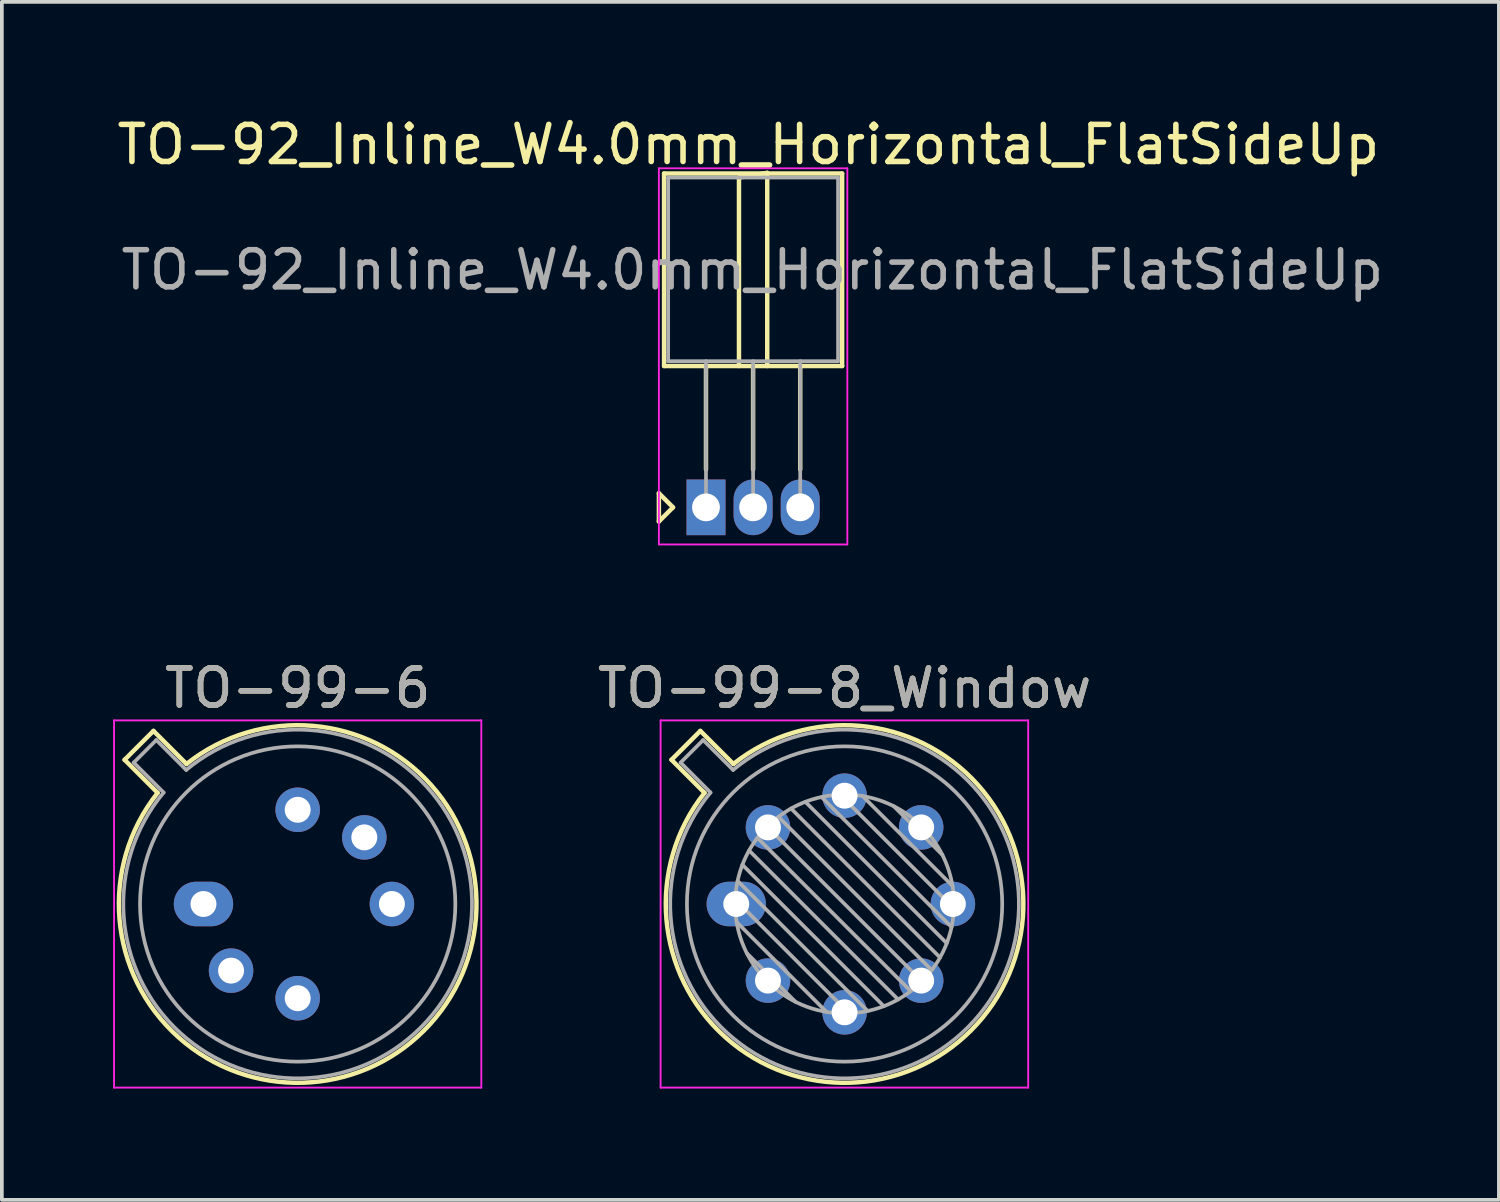
<source format=kicad_pcb>
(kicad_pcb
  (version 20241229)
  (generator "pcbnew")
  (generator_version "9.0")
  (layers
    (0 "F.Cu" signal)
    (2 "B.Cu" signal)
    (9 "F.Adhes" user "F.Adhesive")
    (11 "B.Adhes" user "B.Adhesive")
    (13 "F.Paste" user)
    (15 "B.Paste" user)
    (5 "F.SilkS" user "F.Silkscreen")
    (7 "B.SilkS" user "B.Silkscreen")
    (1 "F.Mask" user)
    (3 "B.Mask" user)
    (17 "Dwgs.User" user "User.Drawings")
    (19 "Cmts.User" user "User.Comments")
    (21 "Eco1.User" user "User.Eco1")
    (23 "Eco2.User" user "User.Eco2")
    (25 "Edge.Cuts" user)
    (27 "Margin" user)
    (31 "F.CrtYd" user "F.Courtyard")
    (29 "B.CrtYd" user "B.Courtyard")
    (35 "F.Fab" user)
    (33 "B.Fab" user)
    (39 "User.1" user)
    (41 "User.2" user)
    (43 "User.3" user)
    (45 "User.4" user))
  (footprint "TO-92_Inline_W4.0mm_Horizontal_FlatSideUp"
    (layer "F.Cu")
    (at 15.982 10.627)
    (property "Reference" "TO-92_Inline_W4.0mm_Horizontal_FlatSideUp" (at 1.143 -9.779 0) (layer "F.SilkS") (effects (font (size 1 1) (thickness 0.15))))
    (attr through_hole)
    (fp_line (start -1.27 -0.381) (end -1.27 0.381) (stroke (width 0.12) (type solid)) (layer "F.SilkS"))
    (fp_line (start -1.27 0.381) (end -0.889 0) (stroke (width 0.12) (type solid)) (layer "F.SilkS"))
    (fp_line (start -1.13 -9) (end -1.13 -3.81) (stroke (width 0.12) (type solid)) (layer "F.SilkS"))
    (fp_line (start -1.13 -3.81) (end 3.67 -3.81) (stroke (width 0.12) (type solid)) (layer "F.SilkS"))
    (fp_line (start -0.889 0) (end -1.27 -0.381) (stroke (width 0.12) (type solid)) (layer "F.SilkS"))
    (fp_line (start 0 -1.02) (end 0 -3.81) (stroke (width 0.12) (type solid)) (layer "F.SilkS"))
    (fp_line (start 0.889 -8.89) (end 1.651 -9.017) (stroke (width 0.12) (type solid)) (layer "F.SilkS"))
    (fp_line (start 0.889 -3.81) (end 0.889 -8.89) (stroke (width 0.12) (type solid)) (layer "F.SilkS"))
    (fp_line (start 1.27 -1.02) (end 1.27 -3.81) (stroke (width 0.12) (type solid)) (layer "F.SilkS"))
    (fp_line (start 1.651 -9.017) (end 1.651 -3.81) (stroke (width 0.12) (type solid)) (layer "F.SilkS"))
    (fp_line (start 2.54 -1.02) (end 2.54 -3.81) (stroke (width 0.12) (type solid)) (layer "F.SilkS"))
    (fp_line (start 3.67 -9) (end -1.13 -9) (stroke (width 0.12) (type solid)) (layer "F.SilkS"))
    (fp_line (start 3.67 -3.81) (end 3.67 -9) (stroke (width 0.12) (type solid)) (layer "F.SilkS"))
    (fp_line (start -1.27 -9.14) (end -1.27 1) (stroke (width 0.05) (type solid)) (layer "F.CrtYd"))
    (fp_line (start -1.27 -9.14) (end 3.81 -9.14) (stroke (width 0.05) (type solid)) (layer "F.CrtYd"))
    (fp_line (start 3.81 1) (end -1.27 1) (stroke (width 0.05) (type solid)) (layer "F.CrtYd"))
    (fp_line (start 3.81 1) (end 3.81 -9.14) (stroke (width 0.05) (type solid)) (layer "F.CrtYd"))
    (fp_line (start -1.02 -8.89) (end -1.02 -3.94) (stroke (width 0.1) (type solid)) (layer "F.Fab"))
    (fp_line (start -1.02 -3.94) (end 3.56 -3.94) (stroke (width 0.1) (type solid)) (layer "F.Fab"))
    (fp_line (start 0 -3.94) (end 0 0) (stroke (width 0.1) (type solid)) (layer "F.Fab"))
    (fp_line (start 1.27 -3.94) (end 1.27 0) (stroke (width 0.1) (type solid)) (layer "F.Fab"))
    (fp_line (start 2.54 -3.94) (end 2.54 0) (stroke (width 0.1) (type solid)) (layer "F.Fab"))
    (fp_line (start 3.56 -8.89) (end -1.02 -8.89) (stroke (width 0.1) (type solid)) (layer "F.Fab"))
    (fp_line (start 3.56 -3.94) (end 3.56 -8.89) (stroke (width 0.1) (type solid)) (layer "F.Fab"))
    (fp_text user "${REFERENCE}" (at 1.25 -6.4 0) (layer "F.Fab") (effects (font (size 1 1) (thickness 0.15))))
    (pad "1" thru_hole rect (at 0 0) (size 1.05 1.5) (drill 0.75) (layers "*.Cu" "*.Mask"))
    (pad "2" thru_hole oval (at 1.27 0) (size 1.05 1.5) (drill 0.75) (layers "*.Cu" "*.Mask"))
    (pad "3" thru_hole oval (at 2.54 0) (size 1.05 1.5) (drill 0.75) (layers "*.Cu" "*.Mask")))
  (footprint "TO-99-8_Window"
    (layer "F.Cu")
    (at 16.798 21.32)
    (property "Reference" "TO-99-8_Window" (at 2.92 -5.82 0) (layer "F.SilkS") (effects (font (size 1 1) (thickness 0.15))))
    (attr through_hole)
    (fp_line (start -1.746 -3.888) (end -0.855 -2.997) (stroke (width 0.12) (type solid)) (layer "F.SilkS"))
    (fp_line (start -0.968 -4.666) (end -1.746 -3.888) (stroke (width 0.12) (type solid)) (layer "F.SilkS"))
    (fp_line (start -0.077 -3.775) (end -0.968 -4.666) (stroke (width 0.12) (type solid)) (layer "F.SilkS"))
    (fp_arc (start -0.077084 -3.774902) (mid 6.328125 3.408384) (end -0.854674 -2.997371) (stroke (width 0.12) (type solid)) (layer "F.SilkS"))
    (fp_line (start -2.04 -4.95) (end -2.04 4.95) (stroke (width 0.05) (type solid)) (layer "F.CrtYd"))
    (fp_line (start -2.04 4.95) (end 7.87 4.95) (stroke (width 0.05) (type solid)) (layer "F.CrtYd"))
    (fp_line (start 7.87 -4.95) (end -2.04 -4.95) (stroke (width 0.05) (type solid)) (layer "F.CrtYd"))
    (fp_line (start 7.87 4.95) (end 7.87 -4.95) (stroke (width 0.05) (type solid)) (layer "F.CrtYd"))
    (fp_line (start -1.5 -3.812) (end -0.694 -3.005) (stroke (width 0.1) (type solid)) (layer "F.Fab"))
    (fp_line (start -0.892 -4.42) (end -1.5 -3.812) (stroke (width 0.1) (type solid)) (layer "F.Fab"))
    (fp_line (start -0.085 -3.614) (end -0.892 -4.42) (stroke (width 0.1) (type solid)) (layer "F.Fab"))
    (fp_line (start -0.028 -0.12) (end 3.04 2.948) (stroke (width 0.1) (type solid)) (layer "F.Fab"))
    (fp_line (start 0.009 0.485) (end 2.435 2.911) (stroke (width 0.1) (type solid)) (layer "F.Fab"))
    (fp_line (start 0.036 -0.622) (end 3.542 2.884) (stroke (width 0.1) (type solid)) (layer "F.Fab"))
    (fp_line (start 0.165 -1.058) (end 3.978 2.755) (stroke (width 0.1) (type solid)) (layer "F.Fab"))
    (fp_line (start 0.283 1.324) (end 1.596 2.637) (stroke (width 0.1) (type solid)) (layer "F.Fab"))
    (fp_line (start 0.346 -1.443) (end 4.363 2.574) (stroke (width 0.1) (type solid)) (layer "F.Fab"))
    (fp_line (start 0.57 -1.784) (end 4.704 2.35) (stroke (width 0.1) (type solid)) (layer "F.Fab"))
    (fp_line (start 0.834 -2.086) (end 5.006 2.086) (stroke (width 0.1) (type solid)) (layer "F.Fab"))
    (fp_line (start 1.136 -2.35) (end 5.27 1.784) (stroke (width 0.1) (type solid)) (layer "F.Fab"))
    (fp_line (start 1.477 -2.574) (end 5.494 1.443) (stroke (width 0.1) (type solid)) (layer "F.Fab"))
    (fp_line (start 1.862 -2.755) (end 5.675 1.058) (stroke (width 0.1) (type solid)) (layer "F.Fab"))
    (fp_line (start 2.298 -2.884) (end 5.804 0.622) (stroke (width 0.1) (type solid)) (layer "F.Fab"))
    (fp_line (start 2.8 -2.948) (end 5.868 0.12) (stroke (width 0.1) (type solid)) (layer "F.Fab"))
    (fp_line (start 3.405 -2.911) (end 5.831 -0.485) (stroke (width 0.1) (type solid)) (layer "F.Fab"))
    (fp_line (start 4.244 -2.637) (end 5.557 -1.324) (stroke (width 0.1) (type solid)) (layer "F.Fab"))
    (fp_arc (start -0.085408 -3.61352) (mid 6.243443 3.323361) (end -0.693594 -3.005319) (stroke (width 0.1) (type solid)) (layer "F.Fab"))
    (fp_circle (center 2.92 0) (end 5.87 0) (stroke (width 0.1) (type solid)) (fill no) (layer "F.Fab"))
    (fp_circle (center 2.92 0) (end 7.17 0) (stroke (width 0.1) (type solid)) (fill no) (layer "F.Fab"))
    (fp_text user "${REFERENCE}" (at 2.92 -5.82 0) (layer "F.Fab") (effects (font (size 1 1) (thickness 0.15))))
    (pad "1" thru_hole oval (at 0 0) (size 1.6 1.2) (drill 0.7) (layers "*.Cu" "*.Mask"))
    (pad "2" thru_hole oval (at 0.855 2.065) (size 1.2 1.2) (drill 0.7) (layers "*.Cu" "*.Mask"))
    (pad "3" thru_hole oval (at 2.92 2.92) (size 1.2 1.2) (drill 0.7) (layers "*.Cu" "*.Mask"))
    (pad "4" thru_hole oval (at 4.985 2.065) (size 1.2 1.2) (drill 0.7) (layers "*.Cu" "*.Mask"))
    (pad "5" thru_hole oval (at 5.84 0) (size 1.2 1.2) (drill 0.7) (layers "*.Cu" "*.Mask"))
    (pad "6" thru_hole oval (at 4.985 -2.065) (size 1.2 1.2) (drill 0.7) (layers "*.Cu" "*.Mask"))
    (pad "7" thru_hole oval (at 2.92 -2.92) (size 1.2 1.2) (drill 0.7) (layers "*.Cu" "*.Mask"))
    (pad "8" thru_hole oval (at 0.855 -2.065) (size 1.2 1.2) (drill 0.7) (layers "*.Cu" "*.Mask")))
  (footprint "TO-99-6"
    (layer "F.Cu")
    (at 2.435 21.32)
    (property "Reference" "TO-99-6" (at 2.54 -5.82 0) (layer "F.SilkS") (effects (font (size 1 1) (thickness 0.15))))
    (attr through_hole)
    (fp_line (start -2.126 -3.888) (end -1.235 -2.997) (stroke (width 0.12) (type solid)) (layer "F.SilkS"))
    (fp_line (start -1.348 -4.666) (end -2.126 -3.888) (stroke (width 0.12) (type solid)) (layer "F.SilkS"))
    (fp_line (start -0.457 -3.775) (end -1.348 -4.666) (stroke (width 0.12) (type solid)) (layer "F.SilkS"))
    (fp_arc (start -0.457084 -3.774902) (mid 5.948125 3.408384) (end -1.234674 -2.997371) (stroke (width 0.12) (type solid)) (layer "F.SilkS"))
    (fp_line (start -2.41 -4.95) (end -2.41 4.95) (stroke (width 0.05) (type solid)) (layer "F.CrtYd"))
    (fp_line (start -2.41 4.95) (end 7.49 4.95) (stroke (width 0.05) (type solid)) (layer "F.CrtYd"))
    (fp_line (start 7.49 -4.95) (end -2.41 -4.95) (stroke (width 0.05) (type solid)) (layer "F.CrtYd"))
    (fp_line (start 7.49 4.95) (end 7.49 -4.95) (stroke (width 0.05) (type solid)) (layer "F.CrtYd"))
    (fp_line (start -1.88 -3.812) (end -1.074 -3.005) (stroke (width 0.1) (type solid)) (layer "F.Fab"))
    (fp_line (start -1.272 -4.42) (end -1.88 -3.812) (stroke (width 0.1) (type solid)) (layer "F.Fab"))
    (fp_line (start -0.465 -3.614) (end -1.272 -4.42) (stroke (width 0.1) (type solid)) (layer "F.Fab"))
    (fp_arc (start -0.465408 -3.61352) (mid 5.863443 3.323361) (end -1.073594 -3.005319) (stroke (width 0.1) (type solid)) (layer "F.Fab"))
    (fp_circle (center 2.54 0) (end 6.79 0) (stroke (width 0.1) (type solid)) (fill no) (layer "F.Fab"))
    (fp_text user "${REFERENCE}" (at 2.54 -5.82 0) (layer "F.Fab") (effects (font (size 1 1) (thickness 0.15))))
    (pad "1" thru_hole oval (at 0 0) (size 1.6 1.2) (drill 0.7) (layers "*.Cu" "*.Mask"))
    (pad "2" thru_hole oval (at 0.744 1.796) (size 1.2 1.2) (drill 0.7) (layers "*.Cu" "*.Mask"))
    (pad "3" thru_hole oval (at 2.54 2.54) (size 1.2 1.2) (drill 0.7) (layers "*.Cu" "*.Mask"))
    (pad "4" thru_hole oval (at 5.08 0) (size 1.2 1.2) (drill 0.7) (layers "*.Cu" "*.Mask"))
    (pad "5" thru_hole oval (at 4.336 -1.796) (size 1.2 1.2) (drill 0.7) (layers "*.Cu" "*.Mask"))
    (pad "6" thru_hole oval (at 2.54 -2.54) (size 1.2 1.2) (drill 0.7) (layers "*.Cu" "*.Mask")))
  (gr_rect
    (start -3 -3)
    (end 37.357 29.296)
    (stroke (width 0.1) (type default))
    (fill no)
    (layer "Edge.Cuts")))
</source>
